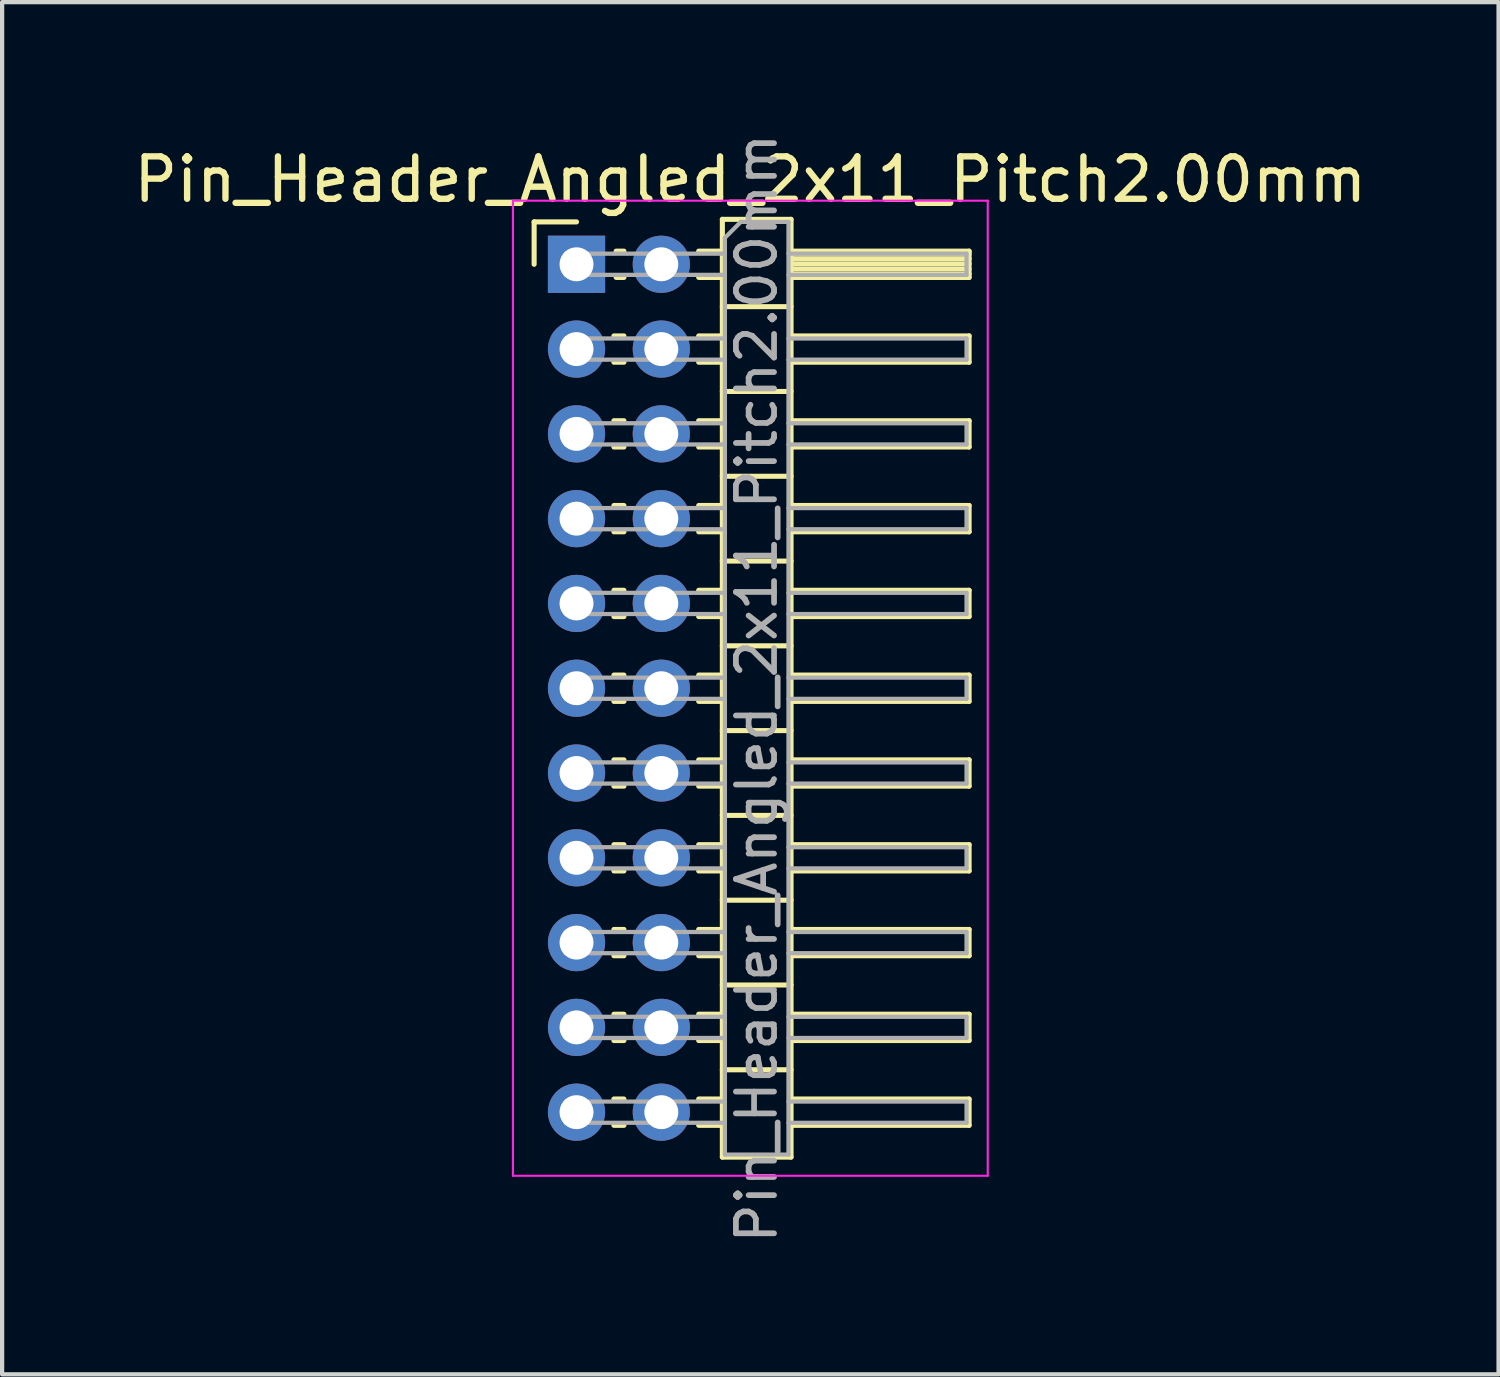
<source format=kicad_pcb>
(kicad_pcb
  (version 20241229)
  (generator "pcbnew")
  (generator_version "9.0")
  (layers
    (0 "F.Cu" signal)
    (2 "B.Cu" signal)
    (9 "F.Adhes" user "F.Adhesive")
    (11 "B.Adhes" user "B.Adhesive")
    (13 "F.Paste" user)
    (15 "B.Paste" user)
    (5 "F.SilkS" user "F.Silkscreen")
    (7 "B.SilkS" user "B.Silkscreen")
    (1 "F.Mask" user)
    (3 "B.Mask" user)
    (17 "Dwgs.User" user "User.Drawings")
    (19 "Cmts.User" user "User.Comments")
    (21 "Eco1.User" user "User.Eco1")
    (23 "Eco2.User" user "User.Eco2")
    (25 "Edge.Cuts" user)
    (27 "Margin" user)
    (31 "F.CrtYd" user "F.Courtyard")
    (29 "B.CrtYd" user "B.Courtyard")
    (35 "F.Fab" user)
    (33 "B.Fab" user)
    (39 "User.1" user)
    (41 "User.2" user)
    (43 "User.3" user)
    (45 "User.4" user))
  (footprint "Pin_Header_Angled_2x11_Pitch2.00mm"
    (layer "F.Cu")
    (at 10.549 3.184)
    (property "Reference" "Pin_Header_Angled_2x11_Pitch2.00mm" (at 4.1 -2 0) (layer "F.SilkS") (effects (font (size 1 1) (thickness 0.15))))
    (attr through_hole)
    (fp_line (start -1 -1) (end 0 -1) (stroke (width 0.12) (type solid)) (layer "F.SilkS"))
    (fp_line (start -1 0) (end -1 -1) (stroke (width 0.12) (type solid)) (layer "F.SilkS"))
    (fp_line (start 0.882 1.69) (end 1.118 1.69) (stroke (width 0.12) (type solid)) (layer "F.SilkS"))
    (fp_line (start 0.882 2.31) (end 1.118 2.31) (stroke (width 0.12) (type solid)) (layer "F.SilkS"))
    (fp_line (start 0.882 3.69) (end 1.118 3.69) (stroke (width 0.12) (type solid)) (layer "F.SilkS"))
    (fp_line (start 0.882 4.31) (end 1.118 4.31) (stroke (width 0.12) (type solid)) (layer "F.SilkS"))
    (fp_line (start 0.882 5.69) (end 1.118 5.69) (stroke (width 0.12) (type solid)) (layer "F.SilkS"))
    (fp_line (start 0.882 6.31) (end 1.118 6.31) (stroke (width 0.12) (type solid)) (layer "F.SilkS"))
    (fp_line (start 0.882 7.69) (end 1.118 7.69) (stroke (width 0.12) (type solid)) (layer "F.SilkS"))
    (fp_line (start 0.882 8.31) (end 1.118 8.31) (stroke (width 0.12) (type solid)) (layer "F.SilkS"))
    (fp_line (start 0.882 9.69) (end 1.118 9.69) (stroke (width 0.12) (type solid)) (layer "F.SilkS"))
    (fp_line (start 0.882 10.31) (end 1.118 10.31) (stroke (width 0.12) (type solid)) (layer "F.SilkS"))
    (fp_line (start 0.882 11.69) (end 1.118 11.69) (stroke (width 0.12) (type solid)) (layer "F.SilkS"))
    (fp_line (start 0.882 12.31) (end 1.118 12.31) (stroke (width 0.12) (type solid)) (layer "F.SilkS"))
    (fp_line (start 0.882 13.69) (end 1.118 13.69) (stroke (width 0.12) (type solid)) (layer "F.SilkS"))
    (fp_line (start 0.882 14.31) (end 1.118 14.31) (stroke (width 0.12) (type solid)) (layer "F.SilkS"))
    (fp_line (start 0.882 15.69) (end 1.118 15.69) (stroke (width 0.12) (type solid)) (layer "F.SilkS"))
    (fp_line (start 0.882 16.31) (end 1.118 16.31) (stroke (width 0.12) (type solid)) (layer "F.SilkS"))
    (fp_line (start 0.882 17.69) (end 1.118 17.69) (stroke (width 0.12) (type solid)) (layer "F.SilkS"))
    (fp_line (start 0.882 18.31) (end 1.118 18.31) (stroke (width 0.12) (type solid)) (layer "F.SilkS"))
    (fp_line (start 0.882 19.69) (end 1.118 19.69) (stroke (width 0.12) (type solid)) (layer "F.SilkS"))
    (fp_line (start 0.882 20.31) (end 1.118 20.31) (stroke (width 0.12) (type solid)) (layer "F.SilkS"))
    (fp_line (start 0.935 -0.31) (end 1.118 -0.31) (stroke (width 0.12) (type solid)) (layer "F.SilkS"))
    (fp_line (start 0.935 0.31) (end 1.118 0.31) (stroke (width 0.12) (type solid)) (layer "F.SilkS"))
    (fp_line (start 2.882 -0.31) (end 3.44 -0.31) (stroke (width 0.12) (type solid)) (layer "F.SilkS"))
    (fp_line (start 2.882 0.31) (end 3.44 0.31) (stroke (width 0.12) (type solid)) (layer "F.SilkS"))
    (fp_line (start 2.882 1.69) (end 3.44 1.69) (stroke (width 0.12) (type solid)) (layer "F.SilkS"))
    (fp_line (start 2.882 2.31) (end 3.44 2.31) (stroke (width 0.12) (type solid)) (layer "F.SilkS"))
    (fp_line (start 2.882 3.69) (end 3.44 3.69) (stroke (width 0.12) (type solid)) (layer "F.SilkS"))
    (fp_line (start 2.882 4.31) (end 3.44 4.31) (stroke (width 0.12) (type solid)) (layer "F.SilkS"))
    (fp_line (start 2.882 5.69) (end 3.44 5.69) (stroke (width 0.12) (type solid)) (layer "F.SilkS"))
    (fp_line (start 2.882 6.31) (end 3.44 6.31) (stroke (width 0.12) (type solid)) (layer "F.SilkS"))
    (fp_line (start 2.882 7.69) (end 3.44 7.69) (stroke (width 0.12) (type solid)) (layer "F.SilkS"))
    (fp_line (start 2.882 8.31) (end 3.44 8.31) (stroke (width 0.12) (type solid)) (layer "F.SilkS"))
    (fp_line (start 2.882 9.69) (end 3.44 9.69) (stroke (width 0.12) (type solid)) (layer "F.SilkS"))
    (fp_line (start 2.882 10.31) (end 3.44 10.31) (stroke (width 0.12) (type solid)) (layer "F.SilkS"))
    (fp_line (start 2.882 11.69) (end 3.44 11.69) (stroke (width 0.12) (type solid)) (layer "F.SilkS"))
    (fp_line (start 2.882 12.31) (end 3.44 12.31) (stroke (width 0.12) (type solid)) (layer "F.SilkS"))
    (fp_line (start 2.882 13.69) (end 3.44 13.69) (stroke (width 0.12) (type solid)) (layer "F.SilkS"))
    (fp_line (start 2.882 14.31) (end 3.44 14.31) (stroke (width 0.12) (type solid)) (layer "F.SilkS"))
    (fp_line (start 2.882 15.69) (end 3.44 15.69) (stroke (width 0.12) (type solid)) (layer "F.SilkS"))
    (fp_line (start 2.882 16.31) (end 3.44 16.31) (stroke (width 0.12) (type solid)) (layer "F.SilkS"))
    (fp_line (start 2.882 17.69) (end 3.44 17.69) (stroke (width 0.12) (type solid)) (layer "F.SilkS"))
    (fp_line (start 2.882 18.31) (end 3.44 18.31) (stroke (width 0.12) (type solid)) (layer "F.SilkS"))
    (fp_line (start 2.882 19.69) (end 3.44 19.69) (stroke (width 0.12) (type solid)) (layer "F.SilkS"))
    (fp_line (start 2.882 20.31) (end 3.44 20.31) (stroke (width 0.12) (type solid)) (layer "F.SilkS"))
    (fp_line (start 3.44 -1.06) (end 3.44 21.06) (stroke (width 0.12) (type solid)) (layer "F.SilkS"))
    (fp_line (start 3.44 1) (end 5.06 1) (stroke (width 0.12) (type solid)) (layer "F.SilkS"))
    (fp_line (start 3.44 3) (end 5.06 3) (stroke (width 0.12) (type solid)) (layer "F.SilkS"))
    (fp_line (start 3.44 5) (end 5.06 5) (stroke (width 0.12) (type solid)) (layer "F.SilkS"))
    (fp_line (start 3.44 7) (end 5.06 7) (stroke (width 0.12) (type solid)) (layer "F.SilkS"))
    (fp_line (start 3.44 9) (end 5.06 9) (stroke (width 0.12) (type solid)) (layer "F.SilkS"))
    (fp_line (start 3.44 11) (end 5.06 11) (stroke (width 0.12) (type solid)) (layer "F.SilkS"))
    (fp_line (start 3.44 13) (end 5.06 13) (stroke (width 0.12) (type solid)) (layer "F.SilkS"))
    (fp_line (start 3.44 15) (end 5.06 15) (stroke (width 0.12) (type solid)) (layer "F.SilkS"))
    (fp_line (start 3.44 17) (end 5.06 17) (stroke (width 0.12) (type solid)) (layer "F.SilkS"))
    (fp_line (start 3.44 19) (end 5.06 19) (stroke (width 0.12) (type solid)) (layer "F.SilkS"))
    (fp_line (start 3.44 21.06) (end 5.06 21.06) (stroke (width 0.12) (type solid)) (layer "F.SilkS"))
    (fp_line (start 5.06 -1.06) (end 3.44 -1.06) (stroke (width 0.12) (type solid)) (layer "F.SilkS"))
    (fp_line (start 5.06 -0.31) (end 9.26 -0.31) (stroke (width 0.12) (type solid)) (layer "F.SilkS"))
    (fp_line (start 5.06 -0.25) (end 9.26 -0.25) (stroke (width 0.12) (type solid)) (layer "F.SilkS"))
    (fp_line (start 5.06 -0.13) (end 9.26 -0.13) (stroke (width 0.12) (type solid)) (layer "F.SilkS"))
    (fp_line (start 5.06 -0.01) (end 9.26 -0.01) (stroke (width 0.12) (type solid)) (layer "F.SilkS"))
    (fp_line (start 5.06 0.11) (end 9.26 0.11) (stroke (width 0.12) (type solid)) (layer "F.SilkS"))
    (fp_line (start 5.06 0.23) (end 9.26 0.23) (stroke (width 0.12) (type solid)) (layer "F.SilkS"))
    (fp_line (start 5.06 1.69) (end 9.26 1.69) (stroke (width 0.12) (type solid)) (layer "F.SilkS"))
    (fp_line (start 5.06 3.69) (end 9.26 3.69) (stroke (width 0.12) (type solid)) (layer "F.SilkS"))
    (fp_line (start 5.06 5.69) (end 9.26 5.69) (stroke (width 0.12) (type solid)) (layer "F.SilkS"))
    (fp_line (start 5.06 7.69) (end 9.26 7.69) (stroke (width 0.12) (type solid)) (layer "F.SilkS"))
    (fp_line (start 5.06 9.69) (end 9.26 9.69) (stroke (width 0.12) (type solid)) (layer "F.SilkS"))
    (fp_line (start 5.06 11.69) (end 9.26 11.69) (stroke (width 0.12) (type solid)) (layer "F.SilkS"))
    (fp_line (start 5.06 13.69) (end 9.26 13.69) (stroke (width 0.12) (type solid)) (layer "F.SilkS"))
    (fp_line (start 5.06 15.69) (end 9.26 15.69) (stroke (width 0.12) (type solid)) (layer "F.SilkS"))
    (fp_line (start 5.06 17.69) (end 9.26 17.69) (stroke (width 0.12) (type solid)) (layer "F.SilkS"))
    (fp_line (start 5.06 19.69) (end 9.26 19.69) (stroke (width 0.12) (type solid)) (layer "F.SilkS"))
    (fp_line (start 5.06 21.06) (end 5.06 -1.06) (stroke (width 0.12) (type solid)) (layer "F.SilkS"))
    (fp_line (start 9.26 -0.31) (end 9.26 0.31) (stroke (width 0.12) (type solid)) (layer "F.SilkS"))
    (fp_line (start 9.26 0.31) (end 5.06 0.31) (stroke (width 0.12) (type solid)) (layer "F.SilkS"))
    (fp_line (start 9.26 1.69) (end 9.26 2.31) (stroke (width 0.12) (type solid)) (layer "F.SilkS"))
    (fp_line (start 9.26 2.31) (end 5.06 2.31) (stroke (width 0.12) (type solid)) (layer "F.SilkS"))
    (fp_line (start 9.26 3.69) (end 9.26 4.31) (stroke (width 0.12) (type solid)) (layer "F.SilkS"))
    (fp_line (start 9.26 4.31) (end 5.06 4.31) (stroke (width 0.12) (type solid)) (layer "F.SilkS"))
    (fp_line (start 9.26 5.69) (end 9.26 6.31) (stroke (width 0.12) (type solid)) (layer "F.SilkS"))
    (fp_line (start 9.26 6.31) (end 5.06 6.31) (stroke (width 0.12) (type solid)) (layer "F.SilkS"))
    (fp_line (start 9.26 7.69) (end 9.26 8.31) (stroke (width 0.12) (type solid)) (layer "F.SilkS"))
    (fp_line (start 9.26 8.31) (end 5.06 8.31) (stroke (width 0.12) (type solid)) (layer "F.SilkS"))
    (fp_line (start 9.26 9.69) (end 9.26 10.31) (stroke (width 0.12) (type solid)) (layer "F.SilkS"))
    (fp_line (start 9.26 10.31) (end 5.06 10.31) (stroke (width 0.12) (type solid)) (layer "F.SilkS"))
    (fp_line (start 9.26 11.69) (end 9.26 12.31) (stroke (width 0.12) (type solid)) (layer "F.SilkS"))
    (fp_line (start 9.26 12.31) (end 5.06 12.31) (stroke (width 0.12) (type solid)) (layer "F.SilkS"))
    (fp_line (start 9.26 13.69) (end 9.26 14.31) (stroke (width 0.12) (type solid)) (layer "F.SilkS"))
    (fp_line (start 9.26 14.31) (end 5.06 14.31) (stroke (width 0.12) (type solid)) (layer "F.SilkS"))
    (fp_line (start 9.26 15.69) (end 9.26 16.31) (stroke (width 0.12) (type solid)) (layer "F.SilkS"))
    (fp_line (start 9.26 16.31) (end 5.06 16.31) (stroke (width 0.12) (type solid)) (layer "F.SilkS"))
    (fp_line (start 9.26 17.69) (end 9.26 18.31) (stroke (width 0.12) (type solid)) (layer "F.SilkS"))
    (fp_line (start 9.26 18.31) (end 5.06 18.31) (stroke (width 0.12) (type solid)) (layer "F.SilkS"))
    (fp_line (start 9.26 19.69) (end 9.26 20.31) (stroke (width 0.12) (type solid)) (layer "F.SilkS"))
    (fp_line (start 9.26 20.31) (end 5.06 20.31) (stroke (width 0.12) (type solid)) (layer "F.SilkS"))
    (fp_line (start -1.5 -1.5) (end -1.5 21.5) (stroke (width 0.05) (type solid)) (layer "F.CrtYd"))
    (fp_line (start -1.5 21.5) (end 9.7 21.5) (stroke (width 0.05) (type solid)) (layer "F.CrtYd"))
    (fp_line (start 9.7 -1.5) (end -1.5 -1.5) (stroke (width 0.05) (type solid)) (layer "F.CrtYd"))
    (fp_line (start 9.7 21.5) (end 9.7 -1.5) (stroke (width 0.05) (type solid)) (layer "F.CrtYd"))
    (fp_line (start -0.25 -0.25) (end -0.25 0.25) (stroke (width 0.1) (type solid)) (layer "F.Fab"))
    (fp_line (start -0.25 -0.25) (end 3.5 -0.25) (stroke (width 0.1) (type solid)) (layer "F.Fab"))
    (fp_line (start -0.25 0.25) (end 3.5 0.25) (stroke (width 0.1) (type solid)) (layer "F.Fab"))
    (fp_line (start -0.25 1.75) (end -0.25 2.25) (stroke (width 0.1) (type solid)) (layer "F.Fab"))
    (fp_line (start -0.25 1.75) (end 3.5 1.75) (stroke (width 0.1) (type solid)) (layer "F.Fab"))
    (fp_line (start -0.25 2.25) (end 3.5 2.25) (stroke (width 0.1) (type solid)) (layer "F.Fab"))
    (fp_line (start -0.25 3.75) (end -0.25 4.25) (stroke (width 0.1) (type solid)) (layer "F.Fab"))
    (fp_line (start -0.25 3.75) (end 3.5 3.75) (stroke (width 0.1) (type solid)) (layer "F.Fab"))
    (fp_line (start -0.25 4.25) (end 3.5 4.25) (stroke (width 0.1) (type solid)) (layer "F.Fab"))
    (fp_line (start -0.25 5.75) (end -0.25 6.25) (stroke (width 0.1) (type solid)) (layer "F.Fab"))
    (fp_line (start -0.25 5.75) (end 3.5 5.75) (stroke (width 0.1) (type solid)) (layer "F.Fab"))
    (fp_line (start -0.25 6.25) (end 3.5 6.25) (stroke (width 0.1) (type solid)) (layer "F.Fab"))
    (fp_line (start -0.25 7.75) (end -0.25 8.25) (stroke (width 0.1) (type solid)) (layer "F.Fab"))
    (fp_line (start -0.25 7.75) (end 3.5 7.75) (stroke (width 0.1) (type solid)) (layer "F.Fab"))
    (fp_line (start -0.25 8.25) (end 3.5 8.25) (stroke (width 0.1) (type solid)) (layer "F.Fab"))
    (fp_line (start -0.25 9.75) (end -0.25 10.25) (stroke (width 0.1) (type solid)) (layer "F.Fab"))
    (fp_line (start -0.25 9.75) (end 3.5 9.75) (stroke (width 0.1) (type solid)) (layer "F.Fab"))
    (fp_line (start -0.25 10.25) (end 3.5 10.25) (stroke (width 0.1) (type solid)) (layer "F.Fab"))
    (fp_line (start -0.25 11.75) (end -0.25 12.25) (stroke (width 0.1) (type solid)) (layer "F.Fab"))
    (fp_line (start -0.25 11.75) (end 3.5 11.75) (stroke (width 0.1) (type solid)) (layer "F.Fab"))
    (fp_line (start -0.25 12.25) (end 3.5 12.25) (stroke (width 0.1) (type solid)) (layer "F.Fab"))
    (fp_line (start -0.25 13.75) (end -0.25 14.25) (stroke (width 0.1) (type solid)) (layer "F.Fab"))
    (fp_line (start -0.25 13.75) (end 3.5 13.75) (stroke (width 0.1) (type solid)) (layer "F.Fab"))
    (fp_line (start -0.25 14.25) (end 3.5 14.25) (stroke (width 0.1) (type solid)) (layer "F.Fab"))
    (fp_line (start -0.25 15.75) (end -0.25 16.25) (stroke (width 0.1) (type solid)) (layer "F.Fab"))
    (fp_line (start -0.25 15.75) (end 3.5 15.75) (stroke (width 0.1) (type solid)) (layer "F.Fab"))
    (fp_line (start -0.25 16.25) (end 3.5 16.25) (stroke (width 0.1) (type solid)) (layer "F.Fab"))
    (fp_line (start -0.25 17.75) (end -0.25 18.25) (stroke (width 0.1) (type solid)) (layer "F.Fab"))
    (fp_line (start -0.25 17.75) (end 3.5 17.75) (stroke (width 0.1) (type solid)) (layer "F.Fab"))
    (fp_line (start -0.25 18.25) (end 3.5 18.25) (stroke (width 0.1) (type solid)) (layer "F.Fab"))
    (fp_line (start -0.25 19.75) (end -0.25 20.25) (stroke (width 0.1) (type solid)) (layer "F.Fab"))
    (fp_line (start -0.25 19.75) (end 3.5 19.75) (stroke (width 0.1) (type solid)) (layer "F.Fab"))
    (fp_line (start -0.25 20.25) (end 3.5 20.25) (stroke (width 0.1) (type solid)) (layer "F.Fab"))
    (fp_line (start 3.5 -0.625) (end 3.875 -1) (stroke (width 0.1) (type solid)) (layer "F.Fab"))
    (fp_line (start 3.5 21) (end 3.5 -0.625) (stroke (width 0.1) (type solid)) (layer "F.Fab"))
    (fp_line (start 3.875 -1) (end 5 -1) (stroke (width 0.1) (type solid)) (layer "F.Fab"))
    (fp_line (start 5 -1) (end 5 21) (stroke (width 0.1) (type solid)) (layer "F.Fab"))
    (fp_line (start 5 -0.25) (end 9.2 -0.25) (stroke (width 0.1) (type solid)) (layer "F.Fab"))
    (fp_line (start 5 0.25) (end 9.2 0.25) (stroke (width 0.1) (type solid)) (layer "F.Fab"))
    (fp_line (start 5 1.75) (end 9.2 1.75) (stroke (width 0.1) (type solid)) (layer "F.Fab"))
    (fp_line (start 5 2.25) (end 9.2 2.25) (stroke (width 0.1) (type solid)) (layer "F.Fab"))
    (fp_line (start 5 3.75) (end 9.2 3.75) (stroke (width 0.1) (type solid)) (layer "F.Fab"))
    (fp_line (start 5 4.25) (end 9.2 4.25) (stroke (width 0.1) (type solid)) (layer "F.Fab"))
    (fp_line (start 5 5.75) (end 9.2 5.75) (stroke (width 0.1) (type solid)) (layer "F.Fab"))
    (fp_line (start 5 6.25) (end 9.2 6.25) (stroke (width 0.1) (type solid)) (layer "F.Fab"))
    (fp_line (start 5 7.75) (end 9.2 7.75) (stroke (width 0.1) (type solid)) (layer "F.Fab"))
    (fp_line (start 5 8.25) (end 9.2 8.25) (stroke (width 0.1) (type solid)) (layer "F.Fab"))
    (fp_line (start 5 9.75) (end 9.2 9.75) (stroke (width 0.1) (type solid)) (layer "F.Fab"))
    (fp_line (start 5 10.25) (end 9.2 10.25) (stroke (width 0.1) (type solid)) (layer "F.Fab"))
    (fp_line (start 5 11.75) (end 9.2 11.75) (stroke (width 0.1) (type solid)) (layer "F.Fab"))
    (fp_line (start 5 12.25) (end 9.2 12.25) (stroke (width 0.1) (type solid)) (layer "F.Fab"))
    (fp_line (start 5 13.75) (end 9.2 13.75) (stroke (width 0.1) (type solid)) (layer "F.Fab"))
    (fp_line (start 5 14.25) (end 9.2 14.25) (stroke (width 0.1) (type solid)) (layer "F.Fab"))
    (fp_line (start 5 15.75) (end 9.2 15.75) (stroke (width 0.1) (type solid)) (layer "F.Fab"))
    (fp_line (start 5 16.25) (end 9.2 16.25) (stroke (width 0.1) (type solid)) (layer "F.Fab"))
    (fp_line (start 5 17.75) (end 9.2 17.75) (stroke (width 0.1) (type solid)) (layer "F.Fab"))
    (fp_line (start 5 18.25) (end 9.2 18.25) (stroke (width 0.1) (type solid)) (layer "F.Fab"))
    (fp_line (start 5 19.75) (end 9.2 19.75) (stroke (width 0.1) (type solid)) (layer "F.Fab"))
    (fp_line (start 5 20.25) (end 9.2 20.25) (stroke (width 0.1) (type solid)) (layer "F.Fab"))
    (fp_line (start 5 21) (end 3.5 21) (stroke (width 0.1) (type solid)) (layer "F.Fab"))
    (fp_line (start 9.2 -0.25) (end 9.2 0.25) (stroke (width 0.1) (type solid)) (layer "F.Fab"))
    (fp_line (start 9.2 1.75) (end 9.2 2.25) (stroke (width 0.1) (type solid)) (layer "F.Fab"))
    (fp_line (start 9.2 3.75) (end 9.2 4.25) (stroke (width 0.1) (type solid)) (layer "F.Fab"))
    (fp_line (start 9.2 5.75) (end 9.2 6.25) (stroke (width 0.1) (type solid)) (layer "F.Fab"))
    (fp_line (start 9.2 7.75) (end 9.2 8.25) (stroke (width 0.1) (type solid)) (layer "F.Fab"))
    (fp_line (start 9.2 9.75) (end 9.2 10.25) (stroke (width 0.1) (type solid)) (layer "F.Fab"))
    (fp_line (start 9.2 11.75) (end 9.2 12.25) (stroke (width 0.1) (type solid)) (layer "F.Fab"))
    (fp_line (start 9.2 13.75) (end 9.2 14.25) (stroke (width 0.1) (type solid)) (layer "F.Fab"))
    (fp_line (start 9.2 15.75) (end 9.2 16.25) (stroke (width 0.1) (type solid)) (layer "F.Fab"))
    (fp_line (start 9.2 17.75) (end 9.2 18.25) (stroke (width 0.1) (type solid)) (layer "F.Fab"))
    (fp_line (start 9.2 19.75) (end 9.2 20.25) (stroke (width 0.1) (type solid)) (layer "F.Fab"))
    (fp_text user "${REFERENCE}" (at 4.25 10 90) (layer "F.Fab") (effects (font (size 0.9 0.9) (thickness 0.135))))
    (pad "1" thru_hole rect (at 0 0) (size 1.35 1.35) (drill 0.8) (layers "*.Cu" "*.Mask"))
    (pad "2" thru_hole oval (at 2 0) (size 1.35 1.35) (drill 0.8) (layers "*.Cu" "*.Mask"))
    (pad "3" thru_hole oval (at 0 2) (size 1.35 1.35) (drill 0.8) (layers "*.Cu" "*.Mask"))
    (pad "4" thru_hole oval (at 2 2) (size 1.35 1.35) (drill 0.8) (layers "*.Cu" "*.Mask"))
    (pad "5" thru_hole oval (at 0 4) (size 1.35 1.35) (drill 0.8) (layers "*.Cu" "*.Mask"))
    (pad "6" thru_hole oval (at 2 4) (size 1.35 1.35) (drill 0.8) (layers "*.Cu" "*.Mask"))
    (pad "7" thru_hole oval (at 0 6) (size 1.35 1.35) (drill 0.8) (layers "*.Cu" "*.Mask"))
    (pad "8" thru_hole oval (at 2 6) (size 1.35 1.35) (drill 0.8) (layers "*.Cu" "*.Mask"))
    (pad "9" thru_hole oval (at 0 8) (size 1.35 1.35) (drill 0.8) (layers "*.Cu" "*.Mask"))
    (pad "10" thru_hole oval (at 2 8) (size 1.35 1.35) (drill 0.8) (layers "*.Cu" "*.Mask"))
    (pad "11" thru_hole oval (at 0 10) (size 1.35 1.35) (drill 0.8) (layers "*.Cu" "*.Mask"))
    (pad "12" thru_hole oval (at 2 10) (size 1.35 1.35) (drill 0.8) (layers "*.Cu" "*.Mask"))
    (pad "13" thru_hole oval (at 0 12) (size 1.35 1.35) (drill 0.8) (layers "*.Cu" "*.Mask"))
    (pad "14" thru_hole oval (at 2 12) (size 1.35 1.35) (drill 0.8) (layers "*.Cu" "*.Mask"))
    (pad "15" thru_hole oval (at 0 14) (size 1.35 1.35) (drill 0.8) (layers "*.Cu" "*.Mask"))
    (pad "16" thru_hole oval (at 2 14) (size 1.35 1.35) (drill 0.8) (layers "*.Cu" "*.Mask"))
    (pad "17" thru_hole oval (at 0 16) (size 1.35 1.35) (drill 0.8) (layers "*.Cu" "*.Mask"))
    (pad "18" thru_hole oval (at 2 16) (size 1.35 1.35) (drill 0.8) (layers "*.Cu" "*.Mask"))
    (pad "19" thru_hole oval (at 0 18) (size 1.35 1.35) (drill 0.8) (layers "*.Cu" "*.Mask"))
    (pad "20" thru_hole oval (at 2 18) (size 1.35 1.35) (drill 0.8) (layers "*.Cu" "*.Mask"))
    (pad "21" thru_hole oval (at 0 20) (size 1.35 1.35) (drill 0.8) (layers "*.Cu" "*.Mask"))
    (pad "22" thru_hole oval (at 2 20) (size 1.35 1.35) (drill 0.8) (layers "*.Cu" "*.Mask")))
  (gr_rect
    (start -3 -3)
    (end 32.298 29.368)
    (stroke (width 0.1) (type default))
    (fill no)
    (layer "Edge.Cuts")))
</source>
